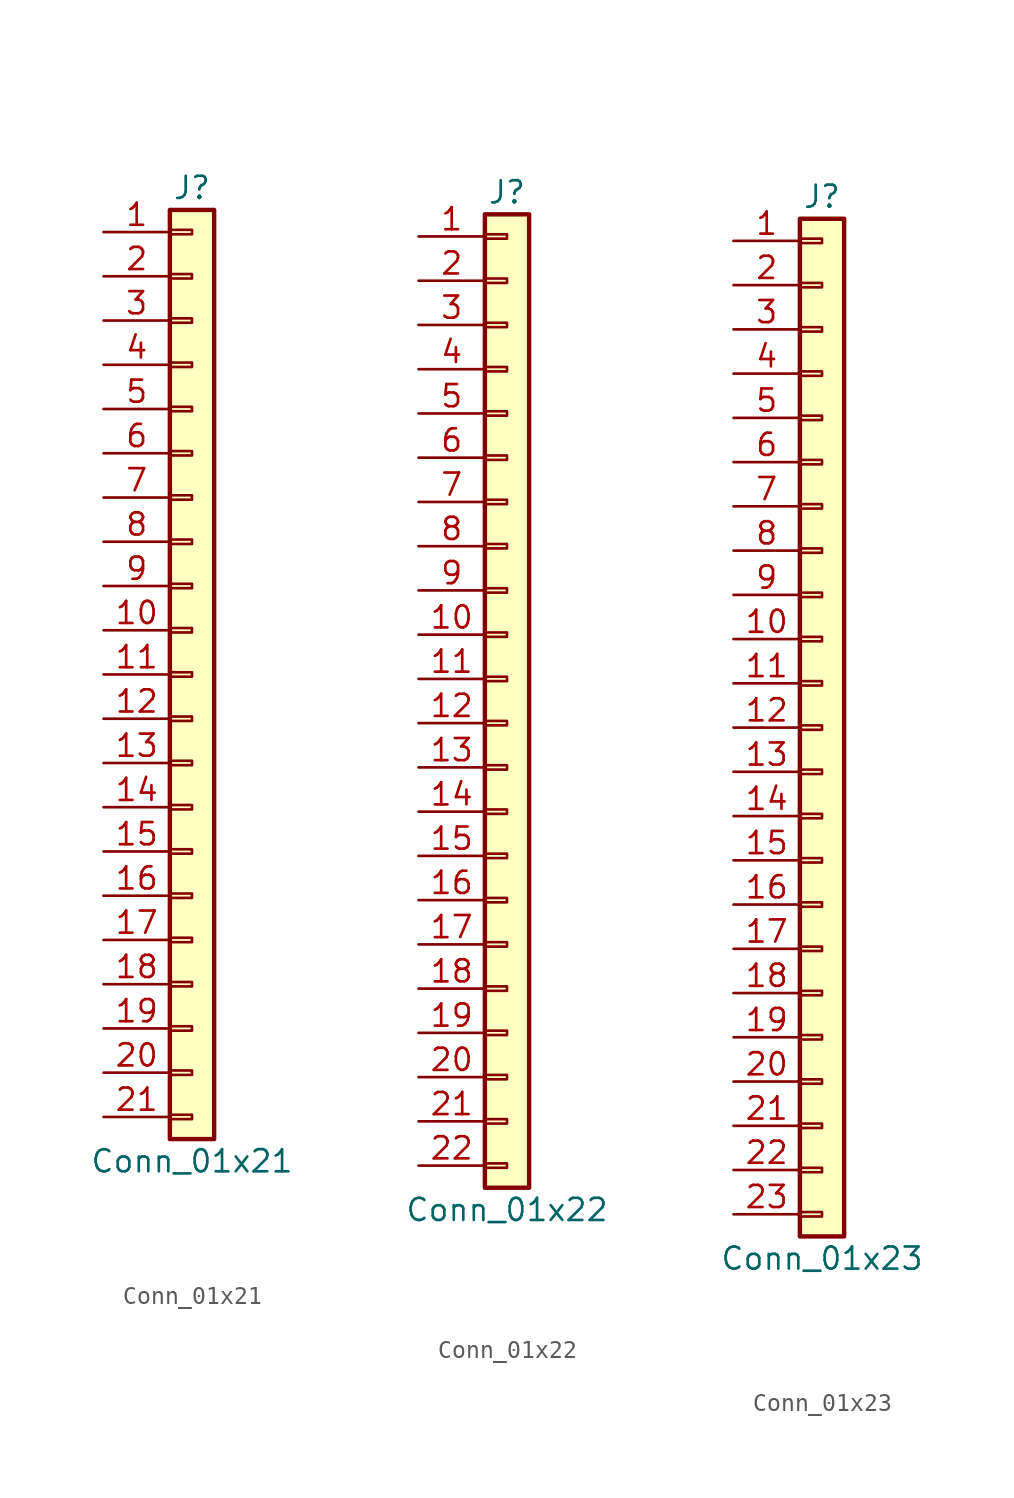
<source format=kicad_sym>
(kicad_symbol_lib
  (version 20220914)
  (generator kicad_symbol_editor)
  (symbol "Conn_01x21"
    (pin_names
      (offset 1.016) hide)
    (property "Reference" "J"
      (at 0 27.94 0)
      (effects (font (size 1.27 1.27))))
    (property "Value" "Conn_01x21"
      (at 0 -27.94 0)
      (effects (font (size 1.27 1.27))))
    (symbol "Conn_01x21_1_1"
      (rectangle (start -1.27 -25.273) (end 0 -25.527) (stroke (width 0.152) (type default)) (fill (type none)))
      (rectangle (start -1.27 -22.733) (end 0 -22.987) (stroke (width 0.152) (type default)) (fill (type none)))
      (rectangle (start -1.27 -20.193) (end 0 -20.447) (stroke (width 0.152) (type default)) (fill (type none)))
      (rectangle (start -1.27 -17.653) (end 0 -17.907) (stroke (width 0.152) (type default)) (fill (type none)))
      (rectangle (start -1.27 -15.113) (end 0 -15.367) (stroke (width 0.152) (type default)) (fill (type none)))
      (rectangle (start -1.27 -12.573) (end 0 -12.827) (stroke (width 0.152) (type default)) (fill (type none)))
      (rectangle (start -1.27 -10.033) (end 0 -10.287) (stroke (width 0.152) (type default)) (fill (type none)))
      (rectangle (start -1.27 -7.493) (end 0 -7.747) (stroke (width 0.152) (type default)) (fill (type none)))
      (rectangle (start -1.27 -4.953) (end 0 -5.207) (stroke (width 0.152) (type default)) (fill (type none)))
      (rectangle (start -1.27 -2.413) (end 0 -2.667) (stroke (width 0.152) (type default)) (fill (type none)))
      (rectangle (start -1.27 0.127) (end 0 -0.127) (stroke (width 0.152) (type default)) (fill (type none)))
      (rectangle (start -1.27 2.667) (end 0 2.413) (stroke (width 0.152) (type default)) (fill (type none)))
      (rectangle (start -1.27 5.207) (end 0 4.953) (stroke (width 0.152) (type default)) (fill (type none)))
      (rectangle (start -1.27 7.747) (end 0 7.493) (stroke (width 0.152) (type default)) (fill (type none)))
      (rectangle (start -1.27 10.287) (end 0 10.033) (stroke (width 0.152) (type default)) (fill (type none)))
      (rectangle (start -1.27 12.827) (end 0 12.573) (stroke (width 0.152) (type default)) (fill (type none)))
      (rectangle (start -1.27 15.367) (end 0 15.113) (stroke (width 0.152) (type default)) (fill (type none)))
      (rectangle (start -1.27 17.907) (end 0 17.653) (stroke (width 0.152) (type default)) (fill (type none)))
      (rectangle (start -1.27 20.447) (end 0 20.193) (stroke (width 0.152) (type default)) (fill (type none)))
      (rectangle (start -1.27 22.987) (end 0 22.733) (stroke (width 0.152) (type default)) (fill (type none)))
      (rectangle (start -1.27 25.527) (end 0 25.273) (stroke (width 0.152) (type default)) (fill (type none)))
      (rectangle (start -1.27 26.67) (end 1.27 -26.67) (stroke (width 0.254) (type default)) (fill (type background)))
      (pin passive line (at -5.08 25.4 0) (length 3.81) (name "Pin_1" (effects (font (size 1.27 1.27)))) (number "1" (effects (font (size 1.27 1.27)))))
      (pin passive line (at -5.08 2.54 0) (length 3.81) (name "Pin_10" (effects (font (size 1.27 1.27)))) (number "10" (effects (font (size 1.27 1.27)))))
      (pin passive line (at -5.08 0 0) (length 3.81) (name "Pin_11" (effects (font (size 1.27 1.27)))) (number "11" (effects (font (size 1.27 1.27)))))
      (pin passive line (at -5.08 -2.54 0) (length 3.81) (name "Pin_12" (effects (font (size 1.27 1.27)))) (number "12" (effects (font (size 1.27 1.27)))))
      (pin passive line (at -5.08 -5.08 0) (length 3.81) (name "Pin_13" (effects (font (size 1.27 1.27)))) (number "13" (effects (font (size 1.27 1.27)))))
      (pin passive line (at -5.08 -7.62 0) (length 3.81) (name "Pin_14" (effects (font (size 1.27 1.27)))) (number "14" (effects (font (size 1.27 1.27)))))
      (pin passive line (at -5.08 -10.16 0) (length 3.81) (name "Pin_15" (effects (font (size 1.27 1.27)))) (number "15" (effects (font (size 1.27 1.27)))))
      (pin passive line (at -5.08 -12.7 0) (length 3.81) (name "Pin_16" (effects (font (size 1.27 1.27)))) (number "16" (effects (font (size 1.27 1.27)))))
      (pin passive line (at -5.08 -15.24 0) (length 3.81) (name "Pin_17" (effects (font (size 1.27 1.27)))) (number "17" (effects (font (size 1.27 1.27)))))
      (pin passive line (at -5.08 -17.78 0) (length 3.81) (name "Pin_18" (effects (font (size 1.27 1.27)))) (number "18" (effects (font (size 1.27 1.27)))))
      (pin passive line (at -5.08 -20.32 0) (length 3.81) (name "Pin_19" (effects (font (size 1.27 1.27)))) (number "19" (effects (font (size 1.27 1.27)))))
      (pin passive line (at -5.08 22.86 0) (length 3.81) (name "Pin_2" (effects (font (size 1.27 1.27)))) (number "2" (effects (font (size 1.27 1.27)))))
      (pin passive line (at -5.08 -22.86 0) (length 3.81) (name "Pin_20" (effects (font (size 1.27 1.27)))) (number "20" (effects (font (size 1.27 1.27)))))
      (pin passive line (at -5.08 -25.4 0) (length 3.81) (name "Pin_21" (effects (font (size 1.27 1.27)))) (number "21" (effects (font (size 1.27 1.27)))))
      (pin passive line (at -5.08 20.32 0) (length 3.81) (name "Pin_3" (effects (font (size 1.27 1.27)))) (number "3" (effects (font (size 1.27 1.27)))))
      (pin passive line (at -5.08 17.78 0) (length 3.81) (name "Pin_4" (effects (font (size 1.27 1.27)))) (number "4" (effects (font (size 1.27 1.27)))))
      (pin passive line (at -5.08 15.24 0) (length 3.81) (name "Pin_5" (effects (font (size 1.27 1.27)))) (number "5" (effects (font (size 1.27 1.27)))))
      (pin passive line (at -5.08 12.7 0) (length 3.81) (name "Pin_6" (effects (font (size 1.27 1.27)))) (number "6" (effects (font (size 1.27 1.27)))))
      (pin passive line (at -5.08 10.16 0) (length 3.81) (name "Pin_7" (effects (font (size 1.27 1.27)))) (number "7" (effects (font (size 1.27 1.27)))))
      (pin passive line (at -5.08 7.62 0) (length 3.81) (name "Pin_8" (effects (font (size 1.27 1.27)))) (number "8" (effects (font (size 1.27 1.27)))))
      (pin passive line (at -5.08 5.08 0) (length 3.81) (name "Pin_9" (effects (font (size 1.27 1.27)))) (number "9" (effects (font (size 1.27 1.27)))))))
  (symbol "Conn_01x22"
    (pin_names
      (offset 1.016) hide)
    (property "Reference" "J"
      (at 0 27.94 0)
      (effects (font (size 1.27 1.27))))
    (property "Value" "Conn_01x22"
      (at 0 -30.48 0)
      (effects (font (size 1.27 1.27))))
    (symbol "Conn_01x22_1_1"
      (rectangle (start -1.27 -27.813) (end 0 -28.067) (stroke (width 0.152) (type default)) (fill (type none)))
      (rectangle (start -1.27 -25.273) (end 0 -25.527) (stroke (width 0.152) (type default)) (fill (type none)))
      (rectangle (start -1.27 -22.733) (end 0 -22.987) (stroke (width 0.152) (type default)) (fill (type none)))
      (rectangle (start -1.27 -20.193) (end 0 -20.447) (stroke (width 0.152) (type default)) (fill (type none)))
      (rectangle (start -1.27 -17.653) (end 0 -17.907) (stroke (width 0.152) (type default)) (fill (type none)))
      (rectangle (start -1.27 -15.113) (end 0 -15.367) (stroke (width 0.152) (type default)) (fill (type none)))
      (rectangle (start -1.27 -12.573) (end 0 -12.827) (stroke (width 0.152) (type default)) (fill (type none)))
      (rectangle (start -1.27 -10.033) (end 0 -10.287) (stroke (width 0.152) (type default)) (fill (type none)))
      (rectangle (start -1.27 -7.493) (end 0 -7.747) (stroke (width 0.152) (type default)) (fill (type none)))
      (rectangle (start -1.27 -4.953) (end 0 -5.207) (stroke (width 0.152) (type default)) (fill (type none)))
      (rectangle (start -1.27 -2.413) (end 0 -2.667) (stroke (width 0.152) (type default)) (fill (type none)))
      (rectangle (start -1.27 0.127) (end 0 -0.127) (stroke (width 0.152) (type default)) (fill (type none)))
      (rectangle (start -1.27 2.667) (end 0 2.413) (stroke (width 0.152) (type default)) (fill (type none)))
      (rectangle (start -1.27 5.207) (end 0 4.953) (stroke (width 0.152) (type default)) (fill (type none)))
      (rectangle (start -1.27 7.747) (end 0 7.493) (stroke (width 0.152) (type default)) (fill (type none)))
      (rectangle (start -1.27 10.287) (end 0 10.033) (stroke (width 0.152) (type default)) (fill (type none)))
      (rectangle (start -1.27 12.827) (end 0 12.573) (stroke (width 0.152) (type default)) (fill (type none)))
      (rectangle (start -1.27 15.367) (end 0 15.113) (stroke (width 0.152) (type default)) (fill (type none)))
      (rectangle (start -1.27 17.907) (end 0 17.653) (stroke (width 0.152) (type default)) (fill (type none)))
      (rectangle (start -1.27 20.447) (end 0 20.193) (stroke (width 0.152) (type default)) (fill (type none)))
      (rectangle (start -1.27 22.987) (end 0 22.733) (stroke (width 0.152) (type default)) (fill (type none)))
      (rectangle (start -1.27 25.527) (end 0 25.273) (stroke (width 0.152) (type default)) (fill (type none)))
      (rectangle (start -1.27 26.67) (end 1.27 -29.21) (stroke (width 0.254) (type default)) (fill (type background)))
      (pin passive line (at -5.08 25.4 0) (length 3.81) (name "Pin_1" (effects (font (size 1.27 1.27)))) (number "1" (effects (font (size 1.27 1.27)))))
      (pin passive line (at -5.08 2.54 0) (length 3.81) (name "Pin_10" (effects (font (size 1.27 1.27)))) (number "10" (effects (font (size 1.27 1.27)))))
      (pin passive line (at -5.08 0 0) (length 3.81) (name "Pin_11" (effects (font (size 1.27 1.27)))) (number "11" (effects (font (size 1.27 1.27)))))
      (pin passive line (at -5.08 -2.54 0) (length 3.81) (name "Pin_12" (effects (font (size 1.27 1.27)))) (number "12" (effects (font (size 1.27 1.27)))))
      (pin passive line (at -5.08 -5.08 0) (length 3.81) (name "Pin_13" (effects (font (size 1.27 1.27)))) (number "13" (effects (font (size 1.27 1.27)))))
      (pin passive line (at -5.08 -7.62 0) (length 3.81) (name "Pin_14" (effects (font (size 1.27 1.27)))) (number "14" (effects (font (size 1.27 1.27)))))
      (pin passive line (at -5.08 -10.16 0) (length 3.81) (name "Pin_15" (effects (font (size 1.27 1.27)))) (number "15" (effects (font (size 1.27 1.27)))))
      (pin passive line (at -5.08 -12.7 0) (length 3.81) (name "Pin_16" (effects (font (size 1.27 1.27)))) (number "16" (effects (font (size 1.27 1.27)))))
      (pin passive line (at -5.08 -15.24 0) (length 3.81) (name "Pin_17" (effects (font (size 1.27 1.27)))) (number "17" (effects (font (size 1.27 1.27)))))
      (pin passive line (at -5.08 -17.78 0) (length 3.81) (name "Pin_18" (effects (font (size 1.27 1.27)))) (number "18" (effects (font (size 1.27 1.27)))))
      (pin passive line (at -5.08 -20.32 0) (length 3.81) (name "Pin_19" (effects (font (size 1.27 1.27)))) (number "19" (effects (font (size 1.27 1.27)))))
      (pin passive line (at -5.08 22.86 0) (length 3.81) (name "Pin_2" (effects (font (size 1.27 1.27)))) (number "2" (effects (font (size 1.27 1.27)))))
      (pin passive line (at -5.08 -22.86 0) (length 3.81) (name "Pin_20" (effects (font (size 1.27 1.27)))) (number "20" (effects (font (size 1.27 1.27)))))
      (pin passive line (at -5.08 -25.4 0) (length 3.81) (name "Pin_21" (effects (font (size 1.27 1.27)))) (number "21" (effects (font (size 1.27 1.27)))))
      (pin passive line (at -5.08 -27.94 0) (length 3.81) (name "Pin_22" (effects (font (size 1.27 1.27)))) (number "22" (effects (font (size 1.27 1.27)))))
      (pin passive line (at -5.08 20.32 0) (length 3.81) (name "Pin_3" (effects (font (size 1.27 1.27)))) (number "3" (effects (font (size 1.27 1.27)))))
      (pin passive line (at -5.08 17.78 0) (length 3.81) (name "Pin_4" (effects (font (size 1.27 1.27)))) (number "4" (effects (font (size 1.27 1.27)))))
      (pin passive line (at -5.08 15.24 0) (length 3.81) (name "Pin_5" (effects (font (size 1.27 1.27)))) (number "5" (effects (font (size 1.27 1.27)))))
      (pin passive line (at -5.08 12.7 0) (length 3.81) (name "Pin_6" (effects (font (size 1.27 1.27)))) (number "6" (effects (font (size 1.27 1.27)))))
      (pin passive line (at -5.08 10.16 0) (length 3.81) (name "Pin_7" (effects (font (size 1.27 1.27)))) (number "7" (effects (font (size 1.27 1.27)))))
      (pin passive line (at -5.08 7.62 0) (length 3.81) (name "Pin_8" (effects (font (size 1.27 1.27)))) (number "8" (effects (font (size 1.27 1.27)))))
      (pin passive line (at -5.08 5.08 0) (length 3.81) (name "Pin_9" (effects (font (size 1.27 1.27)))) (number "9" (effects (font (size 1.27 1.27)))))))
  (symbol "Conn_01x23"
    (pin_names
      (offset 1.016) hide)
    (property "Reference" "J"
      (at 0 30.48 0)
      (effects (font (size 1.27 1.27))))
    (property "Value" "Conn_01x23"
      (at 0 -30.48 0)
      (effects (font (size 1.27 1.27))))
    (symbol "Conn_01x23_1_1"
      (rectangle (start -1.27 -27.813) (end 0 -28.067) (stroke (width 0.152) (type default)) (fill (type none)))
      (rectangle (start -1.27 -25.273) (end 0 -25.527) (stroke (width 0.152) (type default)) (fill (type none)))
      (rectangle (start -1.27 -22.733) (end 0 -22.987) (stroke (width 0.152) (type default)) (fill (type none)))
      (rectangle (start -1.27 -20.193) (end 0 -20.447) (stroke (width 0.152) (type default)) (fill (type none)))
      (rectangle (start -1.27 -17.653) (end 0 -17.907) (stroke (width 0.152) (type default)) (fill (type none)))
      (rectangle (start -1.27 -15.113) (end 0 -15.367) (stroke (width 0.152) (type default)) (fill (type none)))
      (rectangle (start -1.27 -12.573) (end 0 -12.827) (stroke (width 0.152) (type default)) (fill (type none)))
      (rectangle (start -1.27 -10.033) (end 0 -10.287) (stroke (width 0.152) (type default)) (fill (type none)))
      (rectangle (start -1.27 -7.493) (end 0 -7.747) (stroke (width 0.152) (type default)) (fill (type none)))
      (rectangle (start -1.27 -4.953) (end 0 -5.207) (stroke (width 0.152) (type default)) (fill (type none)))
      (rectangle (start -1.27 -2.413) (end 0 -2.667) (stroke (width 0.152) (type default)) (fill (type none)))
      (rectangle (start -1.27 0.127) (end 0 -0.127) (stroke (width 0.152) (type default)) (fill (type none)))
      (rectangle (start -1.27 2.667) (end 0 2.413) (stroke (width 0.152) (type default)) (fill (type none)))
      (rectangle (start -1.27 5.207) (end 0 4.953) (stroke (width 0.152) (type default)) (fill (type none)))
      (rectangle (start -1.27 7.747) (end 0 7.493) (stroke (width 0.152) (type default)) (fill (type none)))
      (rectangle (start -1.27 10.287) (end 0 10.033) (stroke (width 0.152) (type default)) (fill (type none)))
      (rectangle (start -1.27 12.827) (end 0 12.573) (stroke (width 0.152) (type default)) (fill (type none)))
      (rectangle (start -1.27 15.367) (end 0 15.113) (stroke (width 0.152) (type default)) (fill (type none)))
      (rectangle (start -1.27 17.907) (end 0 17.653) (stroke (width 0.152) (type default)) (fill (type none)))
      (rectangle (start -1.27 20.447) (end 0 20.193) (stroke (width 0.152) (type default)) (fill (type none)))
      (rectangle (start -1.27 22.987) (end 0 22.733) (stroke (width 0.152) (type default)) (fill (type none)))
      (rectangle (start -1.27 25.527) (end 0 25.273) (stroke (width 0.152) (type default)) (fill (type none)))
      (rectangle (start -1.27 28.067) (end 0 27.813) (stroke (width 0.152) (type default)) (fill (type none)))
      (rectangle (start -1.27 29.21) (end 1.27 -29.21) (stroke (width 0.254) (type default)) (fill (type background)))
      (pin passive line (at -5.08 27.94 0) (length 3.81) (name "Pin_1" (effects (font (size 1.27 1.27)))) (number "1" (effects (font (size 1.27 1.27)))))
      (pin passive line (at -5.08 5.08 0) (length 3.81) (name "Pin_10" (effects (font (size 1.27 1.27)))) (number "10" (effects (font (size 1.27 1.27)))))
      (pin passive line (at -5.08 2.54 0) (length 3.81) (name "Pin_11" (effects (font (size 1.27 1.27)))) (number "11" (effects (font (size 1.27 1.27)))))
      (pin passive line (at -5.08 0 0) (length 3.81) (name "Pin_12" (effects (font (size 1.27 1.27)))) (number "12" (effects (font (size 1.27 1.27)))))
      (pin passive line (at -5.08 -2.54 0) (length 3.81) (name "Pin_13" (effects (font (size 1.27 1.27)))) (number "13" (effects (font (size 1.27 1.27)))))
      (pin passive line (at -5.08 -5.08 0) (length 3.81) (name "Pin_14" (effects (font (size 1.27 1.27)))) (number "14" (effects (font (size 1.27 1.27)))))
      (pin passive line (at -5.08 -7.62 0) (length 3.81) (name "Pin_15" (effects (font (size 1.27 1.27)))) (number "15" (effects (font (size 1.27 1.27)))))
      (pin passive line (at -5.08 -10.16 0) (length 3.81) (name "Pin_16" (effects (font (size 1.27 1.27)))) (number "16" (effects (font (size 1.27 1.27)))))
      (pin passive line (at -5.08 -12.7 0) (length 3.81) (name "Pin_17" (effects (font (size 1.27 1.27)))) (number "17" (effects (font (size 1.27 1.27)))))
      (pin passive line (at -5.08 -15.24 0) (length 3.81) (name "Pin_18" (effects (font (size 1.27 1.27)))) (number "18" (effects (font (size 1.27 1.27)))))
      (pin passive line (at -5.08 -17.78 0) (length 3.81) (name "Pin_19" (effects (font (size 1.27 1.27)))) (number "19" (effects (font (size 1.27 1.27)))))
      (pin passive line (at -5.08 25.4 0) (length 3.81) (name "Pin_2" (effects (font (size 1.27 1.27)))) (number "2" (effects (font (size 1.27 1.27)))))
      (pin passive line (at -5.08 -20.32 0) (length 3.81) (name "Pin_20" (effects (font (size 1.27 1.27)))) (number "20" (effects (font (size 1.27 1.27)))))
      (pin passive line (at -5.08 -22.86 0) (length 3.81) (name "Pin_21" (effects (font (size 1.27 1.27)))) (number "21" (effects (font (size 1.27 1.27)))))
      (pin passive line (at -5.08 -25.4 0) (length 3.81) (name "Pin_22" (effects (font (size 1.27 1.27)))) (number "22" (effects (font (size 1.27 1.27)))))
      (pin passive line (at -5.08 -27.94 0) (length 3.81) (name "Pin_23" (effects (font (size 1.27 1.27)))) (number "23" (effects (font (size 1.27 1.27)))))
      (pin passive line (at -5.08 22.86 0) (length 3.81) (name "Pin_3" (effects (font (size 1.27 1.27)))) (number "3" (effects (font (size 1.27 1.27)))))
      (pin passive line (at -5.08 20.32 0) (length 3.81) (name "Pin_4" (effects (font (size 1.27 1.27)))) (number "4" (effects (font (size 1.27 1.27)))))
      (pin passive line (at -5.08 17.78 0) (length 3.81) (name "Pin_5" (effects (font (size 1.27 1.27)))) (number "5" (effects (font (size 1.27 1.27)))))
      (pin passive line (at -5.08 15.24 0) (length 3.81) (name "Pin_6" (effects (font (size 1.27 1.27)))) (number "6" (effects (font (size 1.27 1.27)))))
      (pin passive line (at -5.08 12.7 0) (length 3.81) (name "Pin_7" (effects (font (size 1.27 1.27)))) (number "7" (effects (font (size 1.27 1.27)))))
      (pin passive line (at -5.08 10.16 0) (length 3.81) (name "Pin_8" (effects (font (size 1.27 1.27)))) (number "8" (effects (font (size 1.27 1.27)))))
      (pin passive line (at -5.08 7.62 0) (length 3.81) (name "Pin_9" (effects (font (size 1.27 1.27)))) (number "9" (effects (font (size 1.27 1.27))))))))
</source>
